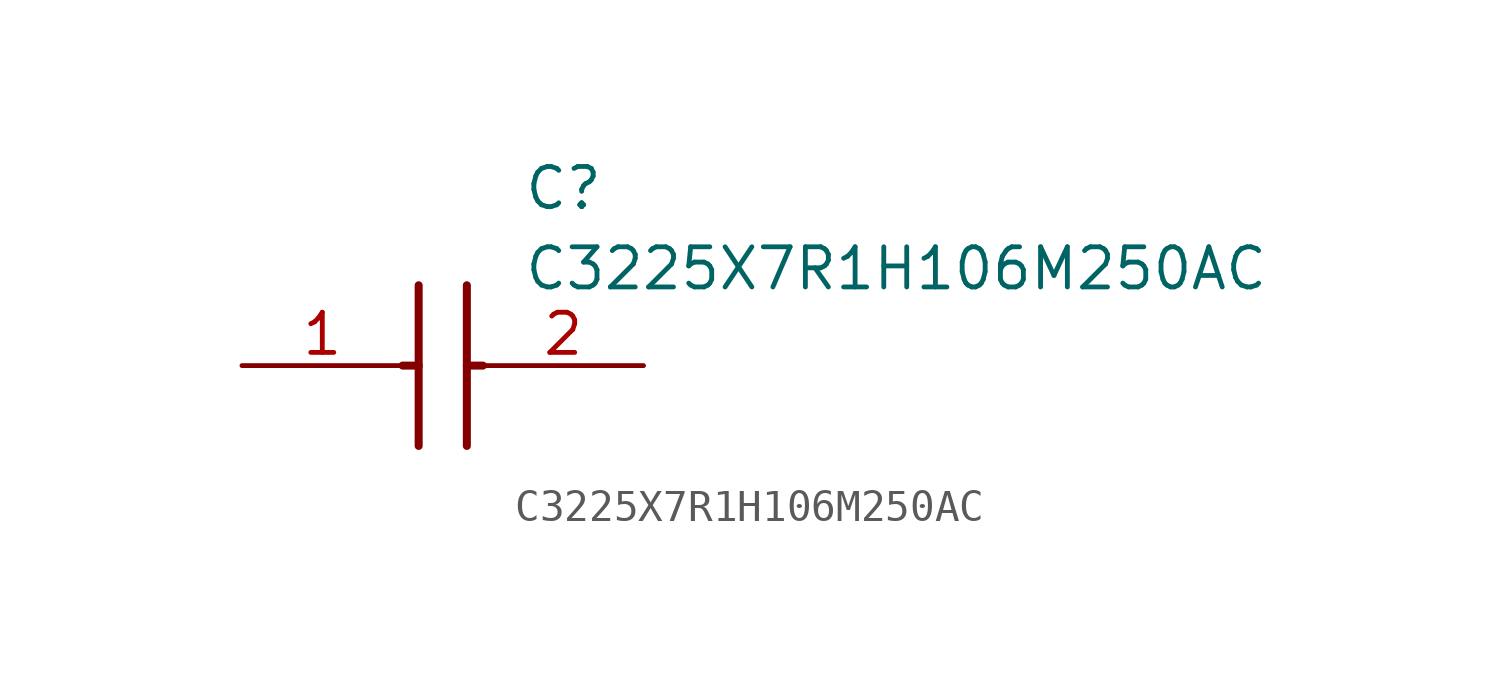
<source format=kicad_sym>
(kicad_symbol_lib
  (version 20211014)
  (generator SamacSys_ECAD_Model)
  (symbol "C3225X7R1H106M250AC"
    (pin_names hide)
    (property "Reference" "C"
      (at 8.89 6.35 0)
      (effects (font (size 1.27 1.27)) (justify left top)))
    (property "Value" "C3225X7R1H106M250AC"
      (at 8.89 3.81 0)
      (effects (font (size 1.27 1.27)) (justify left top)))
    (polyline
      (pts (xy 5.588 2.54) (xy 5.588 -2.54))
      (stroke (width 0.254) (type default))
      (fill (type none)))
    (polyline
      (pts (xy 7.112 2.54) (xy 7.112 -2.54))
      (stroke (width 0.254) (type default))
      (fill (type none)))
    (polyline
      (pts (xy 5.08 0) (xy 5.588 0))
      (stroke (width 0.254) (type default))
      (fill (type none)))
    (polyline
      (pts (xy 7.112 0) (xy 7.62 0))
      (stroke (width 0.254) (type default))
      (fill (type none)))
    (pin passive line
      (at 0 0 0)
      (length 5.08)
      (name "1" (effects (font (size 1.27 1.27))))
      (number "1" (effects (font (size 1.27 1.27)))))
    (pin passive line
      (at 12.7 0 180)
      (length 5.08)
      (name "2" (effects (font (size 1.27 1.27))))
      (number "2" (effects (font (size 1.27 1.27)))))))
</source>
